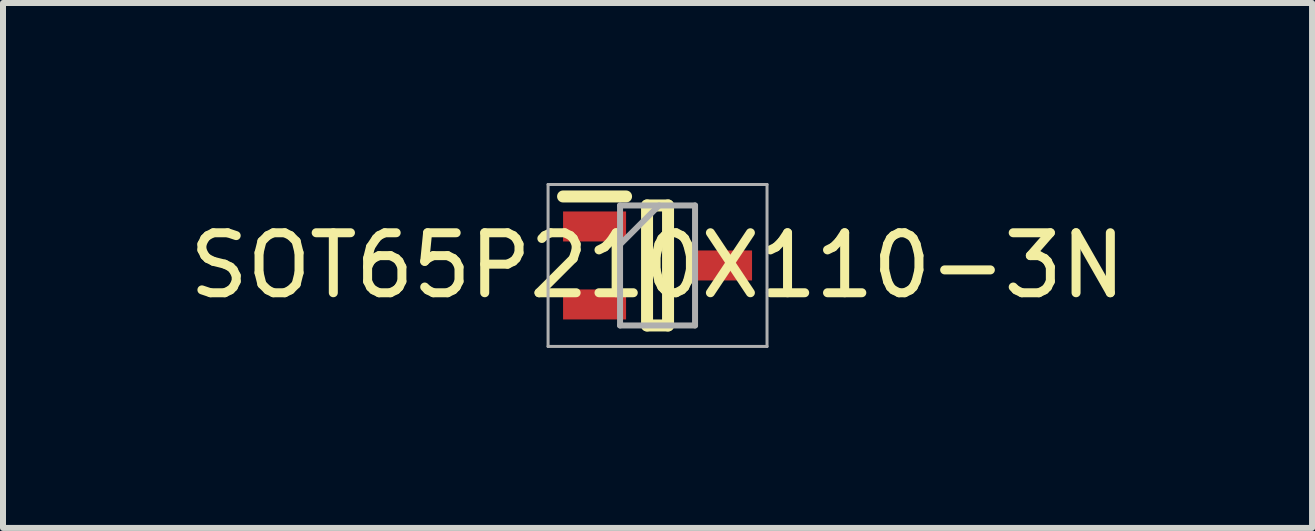
<source format=kicad_pcb>
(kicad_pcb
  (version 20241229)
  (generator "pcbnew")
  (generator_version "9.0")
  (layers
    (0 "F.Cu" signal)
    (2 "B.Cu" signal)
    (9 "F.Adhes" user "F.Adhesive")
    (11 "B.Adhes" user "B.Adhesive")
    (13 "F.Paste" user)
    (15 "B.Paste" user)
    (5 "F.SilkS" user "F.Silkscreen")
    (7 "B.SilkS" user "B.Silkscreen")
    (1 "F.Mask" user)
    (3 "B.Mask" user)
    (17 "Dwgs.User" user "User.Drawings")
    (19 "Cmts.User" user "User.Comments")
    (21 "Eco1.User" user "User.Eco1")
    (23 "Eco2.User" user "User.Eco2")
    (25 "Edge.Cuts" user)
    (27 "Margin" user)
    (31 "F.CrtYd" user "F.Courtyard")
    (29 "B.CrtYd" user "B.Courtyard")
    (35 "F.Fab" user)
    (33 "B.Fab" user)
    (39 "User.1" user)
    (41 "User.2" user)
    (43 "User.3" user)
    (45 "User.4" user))
  (footprint "SOT65P210X110-3N"
    (layer "F.Cu")
    (at 7.911 1.375)
    (property "Reference" "SOT65P210X110-3N" (at 0 0 0) (layer "F.SilkS") (effects (font (size 1 1) (thickness 0.15))))
    (attr smd)
    (fp_line (start -1.575 -1.15) (end -0.525 -1.15) (stroke (width 0.2) (type solid)) (layer "F.SilkS"))
    (fp_line (start -0.175 -1) (end 0.175 -1) (stroke (width 0.2) (type solid)) (layer "F.SilkS"))
    (fp_line (start -0.175 1) (end -0.175 -1) (stroke (width 0.2) (type solid)) (layer "F.SilkS"))
    (fp_line (start 0.175 -1) (end 0.175 1) (stroke (width 0.2) (type solid)) (layer "F.SilkS"))
    (fp_line (start 0.175 1) (end -0.175 1) (stroke (width 0.2) (type solid)) (layer "F.SilkS"))
    (fp_line (start -1.825 -1.35) (end 1.825 -1.35) (stroke (width 0.05) (type solid)) (layer "F.Fab"))
    (fp_line (start -1.825 1.35) (end -1.825 -1.35) (stroke (width 0.05) (type solid)) (layer "F.Fab"))
    (fp_line (start -0.625 -1) (end 0.625 -1) (stroke (width 0.1) (type solid)) (layer "F.Fab"))
    (fp_line (start -0.625 -0.35) (end 0.025 -1) (stroke (width 0.1) (type solid)) (layer "F.Fab"))
    (fp_line (start -0.625 1) (end -0.625 -1) (stroke (width 0.1) (type solid)) (layer "F.Fab"))
    (fp_line (start 0.625 -1) (end 0.625 1) (stroke (width 0.1) (type solid)) (layer "F.Fab"))
    (fp_line (start 0.625 1) (end -0.625 1) (stroke (width 0.1) (type solid)) (layer "F.Fab"))
    (fp_line (start 1.825 -1.35) (end 1.825 1.35) (stroke (width 0.05) (type solid)) (layer "F.Fab"))
    (fp_line (start 1.825 1.35) (end -1.825 1.35) (stroke (width 0.05) (type solid)) (layer "F.Fab"))
    (pad "1" smd rect (at -1.05 -0.65) (size 1.05 0.5) (layers "F.Cu" "F.Mask" "F.Paste"))
    (pad "2" smd rect (at -1.05 0.65) (size 1.05 0.5) (layers "F.Cu" "F.Mask" "F.Paste"))
    (pad "3" smd rect (at 1.05 0) (size 1.05 0.5) (layers "F.Cu" "F.Mask" "F.Paste")))
  (gr_rect
    (start -3 -3)
    (end 18.821 5.75)
    (stroke (width 0.1) (type default))
    (fill no)
    (layer "Edge.Cuts")))
</source>
